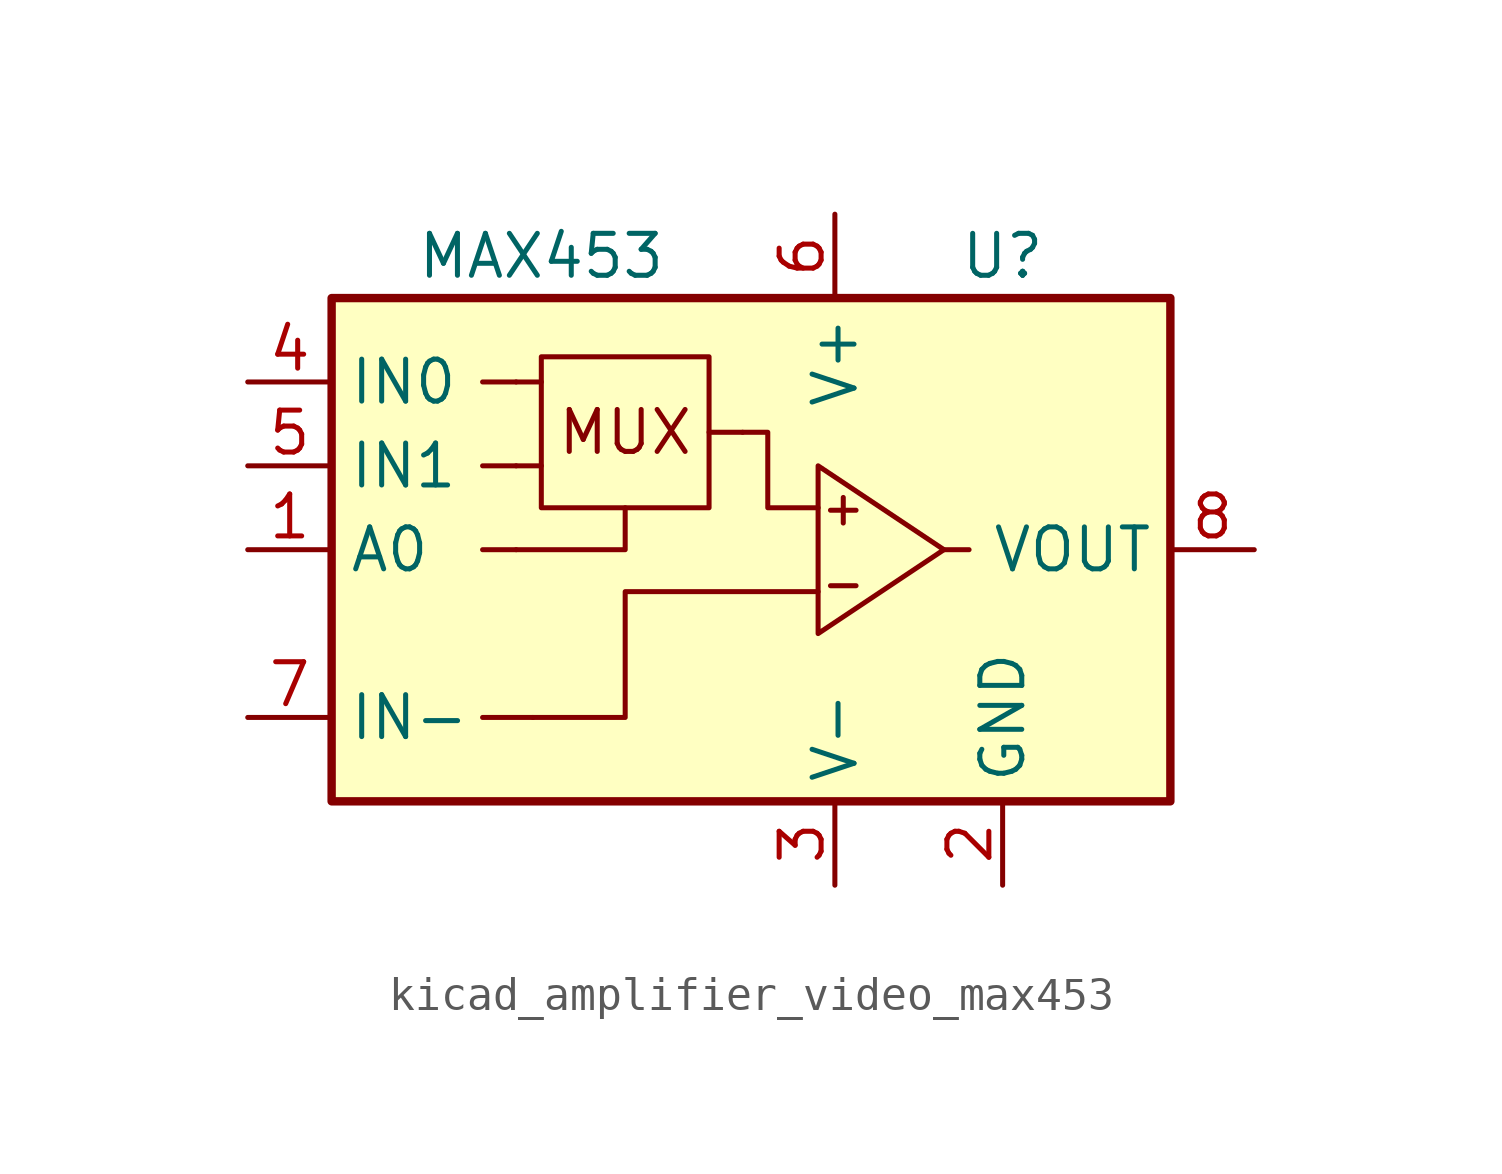
<source format=kicad_sym>
(kicad_symbol_lib
  (version 20220914)
  (generator kicad_symbol_editor)
  (symbol "kicad_amplifier_video_max453"
    (property "Reference" "U"
      (at 7.62 8.89 0)
      (effects (font (size 1.27 1.27))))
    (property "Value" "MAX453"
      (at -6.35 8.89 0)
      (effects (font (size 1.27 1.27))))
    (symbol "kicad_amplifier_video_max453_0_0"
      (rectangle (start -12.7 7.62) (end 12.7 -7.62) (stroke (width 0.254) (type default)) (fill (type background)))
      (rectangle (start -6.35 5.842) (end -1.27 1.27) (stroke (width 0) (type default)) (fill (type none)))
      (polyline (pts (xy -6.35 2.54) (xy -7.112 2.54)) (stroke (width 0) (type default)) (fill (type none)))
      (polyline (pts (xy -6.35 5.08) (xy -7.112 5.08)) (stroke (width 0) (type default)) (fill (type none)))
      (polyline (pts (xy -1.27 3.556) (xy -0.254 3.556)) (stroke (width 0) (type default)) (fill (type none)))
      (polyline (pts (xy -3.81 1.27) (xy -3.81 0) (xy -7.112 0)) (stroke (width 0) (type default)) (fill (type none)))
      (polyline (pts (xy 2.032 1.27) (xy 0.508 1.27) (xy 0.508 3.556) (xy -0.254 3.556)) (stroke (width 0) (type default)) (fill (type none)))
      (polyline (pts (xy 5.842 0) (xy 2.032 2.54) (xy 2.032 -2.54) (xy 5.842 0)) (stroke (width 0) (type default)) (fill (type none)))
      (polyline (pts (xy 2.032 -1.27) (xy 0.508 -1.27) (xy -3.81 -1.27) (xy -3.81 -5.08) (xy -6.604 -5.08)) (stroke (width 0) (type default)) (fill (type none)))
      (text "+" (at 2.794 1.27 0) (effects (font (size 1.016 1.016))))
      (text "-" (at 2.794 -1.016 0) (effects (font (size 1.016 1.016))))
      (text "MUX" (at -3.81 3.556 0) (effects (font (size 1.27 1.27)))))
    (symbol "kicad_amplifier_video_max453_0_1"
      (polyline (pts (xy -8.128 2.54) (xy -7.112 2.54)) (stroke (width 0) (type default)) (fill (type none)))
      (polyline (pts (xy -7.112 0) (xy -8.128 0)) (stroke (width 0) (type default)) (fill (type none)))
      (polyline (pts (xy -7.112 5.08) (xy -8.128 5.08)) (stroke (width 0) (type default)) (fill (type none)))
      (polyline (pts (xy -6.604 -5.08) (xy -8.128 -5.08)) (stroke (width 0) (type default)) (fill (type none)))
      (polyline (pts (xy 5.842 0) (xy 6.604 0)) (stroke (width 0) (type default)) (fill (type none))))
    (symbol "kicad_amplifier_video_max453_1_1"
      (pin input line (at -15.24 0 0) (length 2.54) (name "A0" (effects (font (size 1.27 1.27)))) (number "1" (effects (font (size 1.27 1.27)))))
      (pin power_in line (at 7.62 -10.16 90) (length 2.54) (name "GND" (effects (font (size 1.27 1.27)))) (number "2" (effects (font (size 1.27 1.27)))))
      (pin power_in line (at 2.54 -10.16 90) (length 2.54) (name "V-" (effects (font (size 1.27 1.27)))) (number "3" (effects (font (size 1.27 1.27)))))
      (pin input line (at -15.24 5.08 0) (length 2.54) (name "IN0" (effects (font (size 1.27 1.27)))) (number "4" (effects (font (size 1.27 1.27)))))
      (pin input line (at -15.24 2.54 0) (length 2.54) (name "IN1" (effects (font (size 1.27 1.27)))) (number "5" (effects (font (size 1.27 1.27)))))
      (pin power_in line (at 2.54 10.16 270) (length 2.54) (name "V+" (effects (font (size 1.27 1.27)))) (number "6" (effects (font (size 1.27 1.27)))))
      (pin input line (at -15.24 -5.08 0) (length 2.54) (name "IN-" (effects (font (size 1.27 1.27)))) (number "7" (effects (font (size 1.27 1.27)))))
      (pin output line (at 15.24 0 180) (length 2.54) (name "VOUT" (effects (font (size 1.27 1.27)))) (number "8" (effects (font (size 1.27 1.27))))))))
</source>
